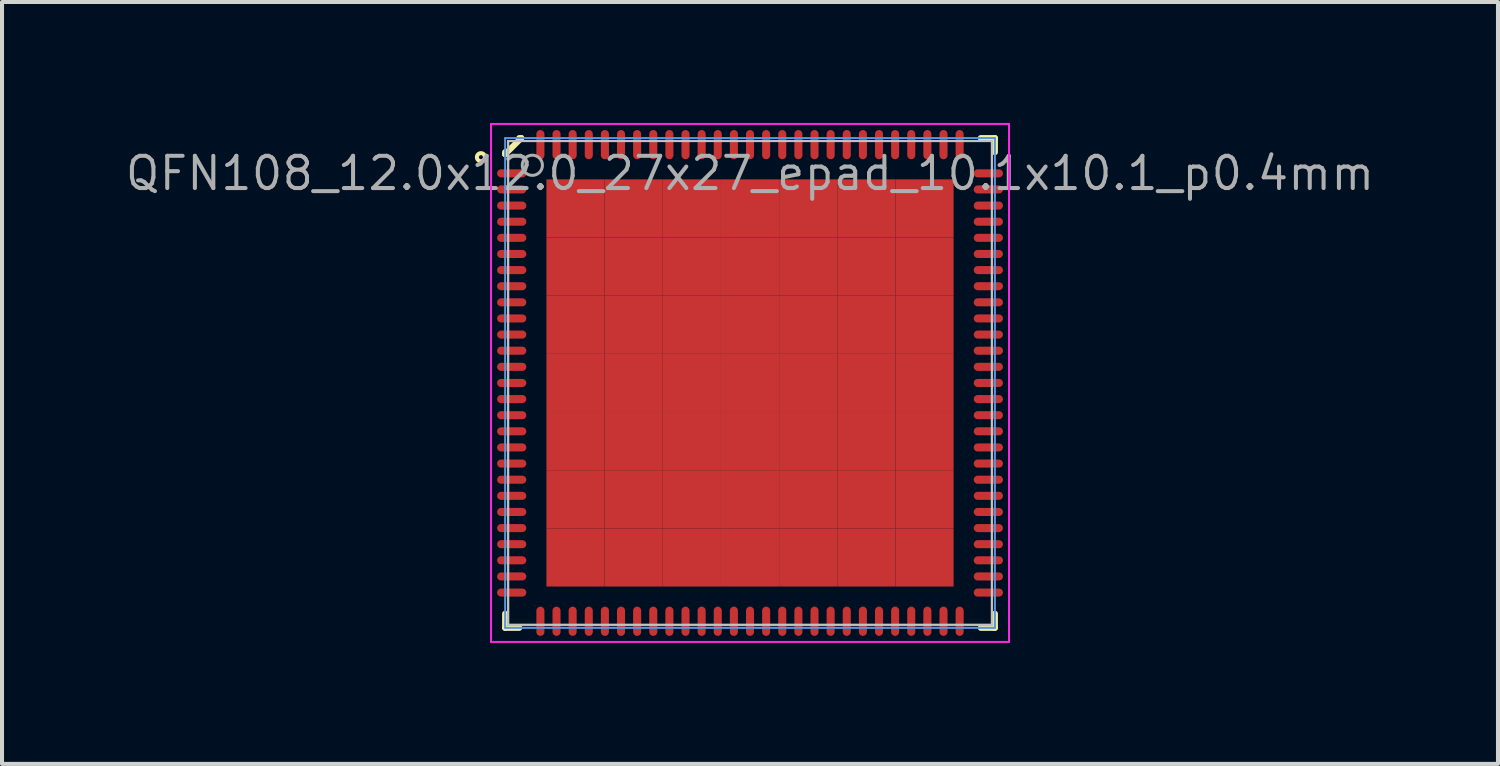
<source format=kicad_pcb>
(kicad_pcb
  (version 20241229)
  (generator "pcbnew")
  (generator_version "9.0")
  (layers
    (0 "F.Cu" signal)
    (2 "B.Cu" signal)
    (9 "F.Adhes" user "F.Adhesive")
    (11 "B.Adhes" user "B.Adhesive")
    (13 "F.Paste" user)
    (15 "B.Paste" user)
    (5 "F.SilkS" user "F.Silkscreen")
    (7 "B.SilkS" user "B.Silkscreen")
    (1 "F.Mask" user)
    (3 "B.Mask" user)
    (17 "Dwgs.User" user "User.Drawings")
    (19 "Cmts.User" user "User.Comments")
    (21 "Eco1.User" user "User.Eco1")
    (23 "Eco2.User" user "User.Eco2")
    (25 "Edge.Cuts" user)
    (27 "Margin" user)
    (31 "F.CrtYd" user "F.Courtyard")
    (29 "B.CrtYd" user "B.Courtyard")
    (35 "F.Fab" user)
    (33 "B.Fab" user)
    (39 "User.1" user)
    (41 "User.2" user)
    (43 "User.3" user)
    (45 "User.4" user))
  (footprint "QFN108_12.0x12.0_27x27_epad_10.1x10.1_p0.4mm"
    (layer "F.Cu")
    (at 15.556 6.45)
    (property "Reference" "QFN108_12.0x12.0_27x27_epad_10.1x10.1_p0.4mm" (at 0 -5.2 0) (layer "F.Fab") (effects (font (size 0.8 0.8) (thickness 0.1))))
    (attr through_hole)
    (fp_line (start -6.075 -5.675) (end -6.075 -5.725) (stroke (width 0.15) (type solid)) (layer "F.SilkS"))
    (fp_line (start -6.075 -5.675) (end -5.675 -6.075) (stroke (width 0.15) (type solid)) (layer "F.SilkS"))
    (fp_line (start -6.075 6.075) (end -6.075 5.725) (stroke (width 0.15) (type solid)) (layer "F.SilkS"))
    (fp_line (start -6.075 6.075) (end -5.725 6.075) (stroke (width 0.15) (type solid)) (layer "F.SilkS"))
    (fp_line (start -5.725 -6.075) (end -5.675 -6.075) (stroke (width 0.15) (type solid)) (layer "F.SilkS"))
    (fp_line (start 6.075 -6.075) (end 5.725 -6.075) (stroke (width 0.15) (type solid)) (layer "F.SilkS"))
    (fp_line (start 6.075 -6.075) (end 6.075 -5.725) (stroke (width 0.15) (type solid)) (layer "F.SilkS"))
    (fp_line (start 6.075 6.075) (end 5.725 6.075) (stroke (width 0.15) (type solid)) (layer "F.SilkS"))
    (fp_line (start 6.075 6.075) (end 6.075 5.725) (stroke (width 0.15) (type solid)) (layer "F.SilkS"))
    (fp_circle (center -6.675 -5.6) (end -6.604 -5.529) (stroke (width 0.1) (type solid)) (fill no) (layer "F.SilkS"))
    (fp_line (start -6 -6) (end -6 6) (stroke (width 0.05) (type solid)) (layer "Dwgs.User"))
    (fp_line (start -6 -6) (end 6 -6) (stroke (width 0.05) (type solid)) (layer "Dwgs.User"))
    (fp_line (start -6 6) (end 6 6) (stroke (width 0.05) (type solid)) (layer "Dwgs.User"))
    (fp_line (start 6 -6) (end 6 6) (stroke (width 0.05) (type solid)) (layer "Dwgs.User"))
    (fp_line (start -6.075 -6.075) (end -6.075 6.075) (stroke (width 0.05) (type solid)) (layer "Cmts.User"))
    (fp_line (start -6.075 -6.075) (end 6.075 -6.075) (stroke (width 0.05) (type solid)) (layer "Cmts.User"))
    (fp_line (start -6.075 6.075) (end 6.075 6.075) (stroke (width 0.05) (type solid)) (layer "Cmts.User"))
    (fp_line (start 6.075 -6.075) (end 6.075 6.075) (stroke (width 0.05) (type solid)) (layer "Cmts.User"))
    (fp_line (start -5.925 -5.925) (end -5.925 5.925) (stroke (width 0.05) (type solid)) (layer "Eco1.User"))
    (fp_line (start -5.925 -5.925) (end 5.925 -5.925) (stroke (width 0.05) (type solid)) (layer "Eco1.User"))
    (fp_line (start -5.925 5.925) (end 5.925 5.925) (stroke (width 0.05) (type solid)) (layer "Eco1.User"))
    (fp_line (start 5.925 -5.925) (end 5.925 5.925) (stroke (width 0.05) (type solid)) (layer "Eco1.User"))
    (fp_line (start -6.425 -6.425) (end -6.425 6.425) (stroke (width 0.05) (type solid)) (layer "F.CrtYd"))
    (fp_line (start -6.425 -6.425) (end 6.425 -6.425) (stroke (width 0.05) (type solid)) (layer "F.CrtYd"))
    (fp_line (start -6.425 6.425) (end 6.425 6.425) (stroke (width 0.05) (type solid)) (layer "F.CrtYd"))
    (fp_line (start 6.425 -6.425) (end 6.425 6.425) (stroke (width 0.05) (type solid)) (layer "F.CrtYd"))
    (fp_line (start -6 -6) (end -6 6) (stroke (width 0.05) (type solid)) (layer "F.Fab"))
    (fp_line (start -6 -6) (end 6 -6) (stroke (width 0.05) (type solid)) (layer "F.Fab"))
    (fp_line (start -6 6) (end 6 6) (stroke (width 0.05) (type solid)) (layer "F.Fab"))
    (fp_line (start 6 -6) (end 6 6) (stroke (width 0.05) (type solid)) (layer "F.Fab"))
    (fp_circle (center -5.4 -5.4) (end -5.223 -5.223) (stroke (width 0.075) (type solid)) (fill no) (layer "F.Fab"))
    (pad "1" smd oval (at -5.912 -5.2 180) (size 0.725 0.2) (layers "F.Cu" "F.Mask" "F.Paste"))
    (pad "2" smd oval (at -5.912 -4.8 180) (size 0.725 0.2) (layers "F.Cu" "F.Mask" "F.Paste"))
    (pad "3" smd oval (at -5.912 -4.4 180) (size 0.725 0.2) (layers "F.Cu" "F.Mask" "F.Paste"))
    (pad "4" smd oval (at -5.912 -4 180) (size 0.725 0.2) (layers "F.Cu" "F.Mask" "F.Paste"))
    (pad "5" smd oval (at -5.912 -3.6 180) (size 0.725 0.2) (layers "F.Cu" "F.Mask" "F.Paste"))
    (pad "6" smd oval (at -5.912 -3.2 180) (size 0.725 0.2) (layers "F.Cu" "F.Mask" "F.Paste"))
    (pad "7" smd oval (at -5.912 -2.8 180) (size 0.725 0.2) (layers "F.Cu" "F.Mask" "F.Paste"))
    (pad "8" smd oval (at -5.912 -2.4 180) (size 0.725 0.2) (layers "F.Cu" "F.Mask" "F.Paste"))
    (pad "9" smd oval (at -5.912 -2 180) (size 0.725 0.2) (layers "F.Cu" "F.Mask" "F.Paste"))
    (pad "10" smd oval (at -5.912 -1.6 180) (size 0.725 0.2) (layers "F.Cu" "F.Mask" "F.Paste"))
    (pad "11" smd oval (at -5.912 -1.2 180) (size 0.725 0.2) (layers "F.Cu" "F.Mask" "F.Paste"))
    (pad "12" smd oval (at -5.912 -0.8 180) (size 0.725 0.2) (layers "F.Cu" "F.Mask" "F.Paste"))
    (pad "13" smd oval (at -5.912 -0.4 180) (size 0.725 0.2) (layers "F.Cu" "F.Mask" "F.Paste"))
    (pad "14" smd oval (at -5.912 0 180) (size 0.725 0.2) (layers "F.Cu" "F.Mask" "F.Paste"))
    (pad "15" smd oval (at -5.912 0.4 180) (size 0.725 0.2) (layers "F.Cu" "F.Mask" "F.Paste"))
    (pad "16" smd oval (at -5.912 0.8 180) (size 0.725 0.2) (layers "F.Cu" "F.Mask" "F.Paste"))
    (pad "17" smd oval (at -5.912 1.2 180) (size 0.725 0.2) (layers "F.Cu" "F.Mask" "F.Paste"))
    (pad "18" smd oval (at -5.912 1.6 180) (size 0.725 0.2) (layers "F.Cu" "F.Mask" "F.Paste"))
    (pad "19" smd oval (at -5.912 2 180) (size 0.725 0.2) (layers "F.Cu" "F.Mask" "F.Paste"))
    (pad "20" smd oval (at -5.912 2.4 180) (size 0.725 0.2) (layers "F.Cu" "F.Mask" "F.Paste"))
    (pad "21" smd oval (at -5.912 2.8 180) (size 0.725 0.2) (layers "F.Cu" "F.Mask" "F.Paste"))
    (pad "22" smd oval (at -5.912 3.2 180) (size 0.725 0.2) (layers "F.Cu" "F.Mask" "F.Paste"))
    (pad "23" smd oval (at -5.912 3.6 180) (size 0.725 0.2) (layers "F.Cu" "F.Mask" "F.Paste"))
    (pad "24" smd oval (at -5.912 4 180) (size 0.725 0.2) (layers "F.Cu" "F.Mask" "F.Paste"))
    (pad "25" smd oval (at -5.912 4.4 180) (size 0.725 0.2) (layers "F.Cu" "F.Mask" "F.Paste"))
    (pad "26" smd oval (at -5.912 4.8 180) (size 0.725 0.2) (layers "F.Cu" "F.Mask" "F.Paste"))
    (pad "27" smd oval (at -5.912 5.2 180) (size 0.725 0.2) (layers "F.Cu" "F.Mask" "F.Paste"))
    (pad "28" smd oval (at -5.2 5.912 270) (size 0.725 0.2) (layers "F.Cu" "F.Mask" "F.Paste"))
    (pad "29" smd oval (at -4.8 5.912 270) (size 0.725 0.2) (layers "F.Cu" "F.Mask" "F.Paste"))
    (pad "30" smd oval (at -4.4 5.912 270) (size 0.725 0.2) (layers "F.Cu" "F.Mask" "F.Paste"))
    (pad "31" smd oval (at -4 5.912 270) (size 0.725 0.2) (layers "F.Cu" "F.Mask" "F.Paste"))
    (pad "32" smd oval (at -3.6 5.912 270) (size 0.725 0.2) (layers "F.Cu" "F.Mask" "F.Paste"))
    (pad "33" smd oval (at -3.2 5.912 270) (size 0.725 0.2) (layers "F.Cu" "F.Mask" "F.Paste"))
    (pad "34" smd oval (at -2.8 5.912 270) (size 0.725 0.2) (layers "F.Cu" "F.Mask" "F.Paste"))
    (pad "35" smd oval (at -2.4 5.912 270) (size 0.725 0.2) (layers "F.Cu" "F.Mask" "F.Paste"))
    (pad "36" smd oval (at -2 5.912 270) (size 0.725 0.2) (layers "F.Cu" "F.Mask" "F.Paste"))
    (pad "37" smd oval (at -1.6 5.912 270) (size 0.725 0.2) (layers "F.Cu" "F.Mask" "F.Paste"))
    (pad "38" smd oval (at -1.2 5.912 270) (size 0.725 0.2) (layers "F.Cu" "F.Mask" "F.Paste"))
    (pad "39" smd oval (at -0.8 5.912 270) (size 0.725 0.2) (layers "F.Cu" "F.Mask" "F.Paste"))
    (pad "40" smd oval (at -0.4 5.912 270) (size 0.725 0.2) (layers "F.Cu" "F.Mask" "F.Paste"))
    (pad "41" smd oval (at 0 5.912 270) (size 0.725 0.2) (layers "F.Cu" "F.Mask" "F.Paste"))
    (pad "42" smd oval (at 0.4 5.912 270) (size 0.725 0.2) (layers "F.Cu" "F.Mask" "F.Paste"))
    (pad "43" smd oval (at 0.8 5.912 270) (size 0.725 0.2) (layers "F.Cu" "F.Mask" "F.Paste"))
    (pad "44" smd oval (at 1.2 5.912 270) (size 0.725 0.2) (layers "F.Cu" "F.Mask" "F.Paste"))
    (pad "45" smd oval (at 1.6 5.912 270) (size 0.725 0.2) (layers "F.Cu" "F.Mask" "F.Paste"))
    (pad "46" smd oval (at 2 5.912 270) (size 0.725 0.2) (layers "F.Cu" "F.Mask" "F.Paste"))
    (pad "47" smd oval (at 2.4 5.912 270) (size 0.725 0.2) (layers "F.Cu" "F.Mask" "F.Paste"))
    (pad "48" smd oval (at 2.8 5.912 270) (size 0.725 0.2) (layers "F.Cu" "F.Mask" "F.Paste"))
    (pad "49" smd oval (at 3.2 5.912 270) (size 0.725 0.2) (layers "F.Cu" "F.Mask" "F.Paste"))
    (pad "50" smd oval (at 3.6 5.912 270) (size 0.725 0.2) (layers "F.Cu" "F.Mask" "F.Paste"))
    (pad "51" smd oval (at 4 5.912 270) (size 0.725 0.2) (layers "F.Cu" "F.Mask" "F.Paste"))
    (pad "52" smd oval (at 4.4 5.912 270) (size 0.725 0.2) (layers "F.Cu" "F.Mask" "F.Paste"))
    (pad "53" smd oval (at 4.8 5.912 270) (size 0.725 0.2) (layers "F.Cu" "F.Mask" "F.Paste"))
    (pad "54" smd oval (at 5.2 5.912 270) (size 0.725 0.2) (layers "F.Cu" "F.Mask" "F.Paste"))
    (pad "55" smd oval (at 5.912 5.2) (size 0.725 0.2) (layers "F.Cu" "F.Mask" "F.Paste"))
    (pad "56" smd oval (at 5.912 4.8) (size 0.725 0.2) (layers "F.Cu" "F.Mask" "F.Paste"))
    (pad "57" smd oval (at 5.912 4.4) (size 0.725 0.2) (layers "F.Cu" "F.Mask" "F.Paste"))
    (pad "58" smd oval (at 5.912 4) (size 0.725 0.2) (layers "F.Cu" "F.Mask" "F.Paste"))
    (pad "59" smd oval (at 5.912 3.6) (size 0.725 0.2) (layers "F.Cu" "F.Mask" "F.Paste"))
    (pad "60" smd oval (at 5.912 3.2) (size 0.725 0.2) (layers "F.Cu" "F.Mask" "F.Paste"))
    (pad "61" smd oval (at 5.912 2.8) (size 0.725 0.2) (layers "F.Cu" "F.Mask" "F.Paste"))
    (pad "62" smd oval (at 5.912 2.4) (size 0.725 0.2) (layers "F.Cu" "F.Mask" "F.Paste"))
    (pad "63" smd oval (at 5.912 2) (size 0.725 0.2) (layers "F.Cu" "F.Mask" "F.Paste"))
    (pad "64" smd oval (at 5.912 1.6) (size 0.725 0.2) (layers "F.Cu" "F.Mask" "F.Paste"))
    (pad "65" smd oval (at 5.912 1.2) (size 0.725 0.2) (layers "F.Cu" "F.Mask" "F.Paste"))
    (pad "66" smd oval (at 5.912 0.8) (size 0.725 0.2) (layers "F.Cu" "F.Mask" "F.Paste"))
    (pad "67" smd oval (at 5.912 0.4) (size 0.725 0.2) (layers "F.Cu" "F.Mask" "F.Paste"))
    (pad "68" smd oval (at 5.912 0) (size 0.725 0.2) (layers "F.Cu" "F.Mask" "F.Paste"))
    (pad "69" smd oval (at 5.912 -0.4) (size 0.725 0.2) (layers "F.Cu" "F.Mask" "F.Paste"))
    (pad "70" smd oval (at 5.912 -0.8) (size 0.725 0.2) (layers "F.Cu" "F.Mask" "F.Paste"))
    (pad "71" smd oval (at 5.912 -1.2) (size 0.725 0.2) (layers "F.Cu" "F.Mask" "F.Paste"))
    (pad "72" smd oval (at 5.912 -1.6) (size 0.725 0.2) (layers "F.Cu" "F.Mask" "F.Paste"))
    (pad "73" smd oval (at 5.912 -2) (size 0.725 0.2) (layers "F.Cu" "F.Mask" "F.Paste"))
    (pad "74" smd oval (at 5.912 -2.4) (size 0.725 0.2) (layers "F.Cu" "F.Mask" "F.Paste"))
    (pad "75" smd oval (at 5.912 -2.8) (size 0.725 0.2) (layers "F.Cu" "F.Mask" "F.Paste"))
    (pad "76" smd oval (at 5.912 -3.2) (size 0.725 0.2) (layers "F.Cu" "F.Mask" "F.Paste"))
    (pad "77" smd oval (at 5.912 -3.6) (size 0.725 0.2) (layers "F.Cu" "F.Mask" "F.Paste"))
    (pad "78" smd oval (at 5.912 -4) (size 0.725 0.2) (layers "F.Cu" "F.Mask" "F.Paste"))
    (pad "79" smd oval (at 5.912 -4.4) (size 0.725 0.2) (layers "F.Cu" "F.Mask" "F.Paste"))
    (pad "80" smd oval (at 5.912 -4.8) (size 0.725 0.2) (layers "F.Cu" "F.Mask" "F.Paste"))
    (pad "81" smd oval (at 5.912 -5.2) (size 0.725 0.2) (layers "F.Cu" "F.Mask" "F.Paste"))
    (pad "82" smd oval (at 5.2 -5.912 90) (size 0.725 0.2) (layers "F.Cu" "F.Mask" "F.Paste"))
    (pad "83" smd oval (at 4.8 -5.912 90) (size 0.725 0.2) (layers "F.Cu" "F.Mask" "F.Paste"))
    (pad "84" smd oval (at 4.4 -5.912 90) (size 0.725 0.2) (layers "F.Cu" "F.Mask" "F.Paste"))
    (pad "85" smd oval (at 4 -5.912 90) (size 0.725 0.2) (layers "F.Cu" "F.Mask" "F.Paste"))
    (pad "86" smd oval (at 3.6 -5.912 90) (size 0.725 0.2) (layers "F.Cu" "F.Mask" "F.Paste"))
    (pad "87" smd oval (at 3.2 -5.912 90) (size 0.725 0.2) (layers "F.Cu" "F.Mask" "F.Paste"))
    (pad "88" smd oval (at 2.8 -5.912 90) (size 0.725 0.2) (layers "F.Cu" "F.Mask" "F.Paste"))
    (pad "89" smd oval (at 2.4 -5.912 90) (size 0.725 0.2) (layers "F.Cu" "F.Mask" "F.Paste"))
    (pad "90" smd oval (at 2 -5.912 90) (size 0.725 0.2) (layers "F.Cu" "F.Mask" "F.Paste"))
    (pad "91" smd oval (at 1.6 -5.912 90) (size 0.725 0.2) (layers "F.Cu" "F.Mask" "F.Paste"))
    (pad "92" smd oval (at 1.2 -5.912 90) (size 0.725 0.2) (layers "F.Cu" "F.Mask" "F.Paste"))
    (pad "93" smd oval (at 0.8 -5.912 90) (size 0.725 0.2) (layers "F.Cu" "F.Mask" "F.Paste"))
    (pad "94" smd oval (at 0.4 -5.912 90) (size 0.725 0.2) (layers "F.Cu" "F.Mask" "F.Paste"))
    (pad "95" smd oval (at 0 -5.912 90) (size 0.725 0.2) (layers "F.Cu" "F.Mask" "F.Paste"))
    (pad "96" smd oval (at -0.4 -5.912 90) (size 0.725 0.2) (layers "F.Cu" "F.Mask" "F.Paste"))
    (pad "97" smd oval (at -0.8 -5.912 90) (size 0.725 0.2) (layers "F.Cu" "F.Mask" "F.Paste"))
    (pad "98" smd oval (at -1.2 -5.912 90) (size 0.725 0.2) (layers "F.Cu" "F.Mask" "F.Paste"))
    (pad "99" smd oval (at -1.6 -5.912 90) (size 0.725 0.2) (layers "F.Cu" "F.Mask" "F.Paste"))
    (pad "100" smd oval (at -2 -5.912 90) (size 0.725 0.2) (layers "F.Cu" "F.Mask" "F.Paste"))
    (pad "101" smd oval (at -2.4 -5.912 90) (size 0.725 0.2) (layers "F.Cu" "F.Mask" "F.Paste"))
    (pad "102" smd oval (at -2.8 -5.912 90) (size 0.725 0.2) (layers "F.Cu" "F.Mask" "F.Paste"))
    (pad "103" smd oval (at -3.2 -5.912 90) (size 0.725 0.2) (layers "F.Cu" "F.Mask" "F.Paste"))
    (pad "104" smd oval (at -3.6 -5.912 90) (size 0.725 0.2) (layers "F.Cu" "F.Mask" "F.Paste"))
    (pad "105" smd oval (at -4 -5.912 90) (size 0.725 0.2) (layers "F.Cu" "F.Mask" "F.Paste"))
    (pad "106" smd oval (at -4.4 -5.912 90) (size 0.725 0.2) (layers "F.Cu" "F.Mask" "F.Paste"))
    (pad "107" smd oval (at -4.8 -5.912 90) (size 0.725 0.2) (layers "F.Cu" "F.Mask" "F.Paste"))
    (pad "108" smd oval (at -5.2 -5.912 90) (size 0.725 0.2) (layers "F.Cu" "F.Mask" "F.Paste"))
    (pad "109" smd rect (at -4.329 -4.329) (size 1.443 1.443) (layers "F.Cu" "F.Mask" "F.Paste"))
    (pad "109" smd rect (at -4.329 -2.886) (size 1.443 1.443) (layers "F.Cu" "F.Mask" "F.Paste"))
    (pad "109" smd rect (at -4.329 -1.443) (size 1.443 1.443) (layers "F.Cu" "F.Mask" "F.Paste"))
    (pad "109" smd rect (at -4.329 0) (size 1.443 1.443) (layers "F.Cu" "F.Mask" "F.Paste"))
    (pad "109" smd rect (at -4.329 1.443) (size 1.443 1.443) (layers "F.Cu" "F.Mask" "F.Paste"))
    (pad "109" smd rect (at -4.329 2.886) (size 1.443 1.443) (layers "F.Cu" "F.Mask" "F.Paste"))
    (pad "109" smd rect (at -4.329 4.329) (size 1.443 1.443) (layers "F.Cu" "F.Mask" "F.Paste"))
    (pad "109" smd rect (at -2.886 -4.329) (size 1.443 1.443) (layers "F.Cu" "F.Mask" "F.Paste"))
    (pad "109" smd rect (at -2.886 -2.886) (size 1.443 1.443) (layers "F.Cu" "F.Mask" "F.Paste"))
    (pad "109" smd rect (at -2.886 -1.443) (size 1.443 1.443) (layers "F.Cu" "F.Mask" "F.Paste"))
    (pad "109" smd rect (at -2.886 0) (size 1.443 1.443) (layers "F.Cu" "F.Mask" "F.Paste"))
    (pad "109" smd rect (at -2.886 1.443) (size 1.443 1.443) (layers "F.Cu" "F.Mask" "F.Paste"))
    (pad "109" smd rect (at -2.886 2.886) (size 1.443 1.443) (layers "F.Cu" "F.Mask" "F.Paste"))
    (pad "109" smd rect (at -2.886 4.329) (size 1.443 1.443) (layers "F.Cu" "F.Mask" "F.Paste"))
    (pad "109" smd rect (at -1.443 -4.329) (size 1.443 1.443) (layers "F.Cu" "F.Mask" "F.Paste"))
    (pad "109" smd rect (at -1.443 -2.886) (size 1.443 1.443) (layers "F.Cu" "F.Mask" "F.Paste"))
    (pad "109" smd rect (at -1.443 -1.443) (size 1.443 1.443) (layers "F.Cu" "F.Mask" "F.Paste"))
    (pad "109" smd rect (at -1.443 0) (size 1.443 1.443) (layers "F.Cu" "F.Mask" "F.Paste"))
    (pad "109" smd rect (at -1.443 1.443) (size 1.443 1.443) (layers "F.Cu" "F.Mask" "F.Paste"))
    (pad "109" smd rect (at -1.443 2.886) (size 1.443 1.443) (layers "F.Cu" "F.Mask" "F.Paste"))
    (pad "109" smd rect (at -1.443 4.329) (size 1.443 1.443) (layers "F.Cu" "F.Mask" "F.Paste"))
    (pad "109" smd rect (at 0 -4.329) (size 1.443 1.443) (layers "F.Cu" "F.Mask" "F.Paste"))
    (pad "109" smd rect (at 0 -2.886) (size 1.443 1.443) (layers "F.Cu" "F.Mask" "F.Paste"))
    (pad "109" smd rect (at 0 -1.443) (size 1.443 1.443) (layers "F.Cu" "F.Mask" "F.Paste"))
    (pad "109" smd rect (at 0 0) (size 1.443 1.443) (layers "F.Cu" "F.Mask" "F.Paste"))
    (pad "109" smd rect (at 0 1.443) (size 1.443 1.443) (layers "F.Cu" "F.Mask" "F.Paste"))
    (pad "109" smd rect (at 0 2.886) (size 1.443 1.443) (layers "F.Cu" "F.Mask" "F.Paste"))
    (pad "109" smd rect (at 0 4.329) (size 1.443 1.443) (layers "F.Cu" "F.Mask" "F.Paste"))
    (pad "109" smd rect (at 1.443 -4.329) (size 1.443 1.443) (layers "F.Cu" "F.Mask" "F.Paste"))
    (pad "109" smd rect (at 1.443 -2.886) (size 1.443 1.443) (layers "F.Cu" "F.Mask" "F.Paste"))
    (pad "109" smd rect (at 1.443 -1.443) (size 1.443 1.443) (layers "F.Cu" "F.Mask" "F.Paste"))
    (pad "109" smd rect (at 1.443 0) (size 1.443 1.443) (layers "F.Cu" "F.Mask" "F.Paste"))
    (pad "109" smd rect (at 1.443 1.443) (size 1.443 1.443) (layers "F.Cu" "F.Mask" "F.Paste"))
    (pad "109" smd rect (at 1.443 2.886) (size 1.443 1.443) (layers "F.Cu" "F.Mask" "F.Paste"))
    (pad "109" smd rect (at 1.443 4.329) (size 1.443 1.443) (layers "F.Cu" "F.Mask" "F.Paste"))
    (pad "109" smd rect (at 2.886 -4.329) (size 1.443 1.443) (layers "F.Cu" "F.Mask" "F.Paste"))
    (pad "109" smd rect (at 2.886 -2.886) (size 1.443 1.443) (layers "F.Cu" "F.Mask" "F.Paste"))
    (pad "109" smd rect (at 2.886 -1.443) (size 1.443 1.443) (layers "F.Cu" "F.Mask" "F.Paste"))
    (pad "109" smd rect (at 2.886 0) (size 1.443 1.443) (layers "F.Cu" "F.Mask" "F.Paste"))
    (pad "109" smd rect (at 2.886 1.443) (size 1.443 1.443) (layers "F.Cu" "F.Mask" "F.Paste"))
    (pad "109" smd rect (at 2.886 2.886) (size 1.443 1.443) (layers "F.Cu" "F.Mask" "F.Paste"))
    (pad "109" smd rect (at 2.886 4.329) (size 1.443 1.443) (layers "F.Cu" "F.Mask" "F.Paste"))
    (pad "109" smd rect (at 4.329 -4.329) (size 1.443 1.443) (layers "F.Cu" "F.Mask" "F.Paste"))
    (pad "109" smd rect (at 4.329 -2.886) (size 1.443 1.443) (layers "F.Cu" "F.Mask" "F.Paste"))
    (pad "109" smd rect (at 4.329 -1.443) (size 1.443 1.443) (layers "F.Cu" "F.Mask" "F.Paste"))
    (pad "109" smd rect (at 4.329 0) (size 1.443 1.443) (layers "F.Cu" "F.Mask" "F.Paste"))
    (pad "109" smd rect (at 4.329 1.443) (size 1.443 1.443) (layers "F.Cu" "F.Mask" "F.Paste"))
    (pad "109" smd rect (at 4.329 2.886) (size 1.443 1.443) (layers "F.Cu" "F.Mask" "F.Paste"))
    (pad "109" smd rect (at 4.329 4.329) (size 1.443 1.443) (layers "F.Cu" "F.Mask" "F.Paste")))
  (gr_rect
    (start -3 -3)
    (end 34.111 15.9)
    (stroke (width 0.1) (type default))
    (fill no)
    (layer "Edge.Cuts")))
</source>
